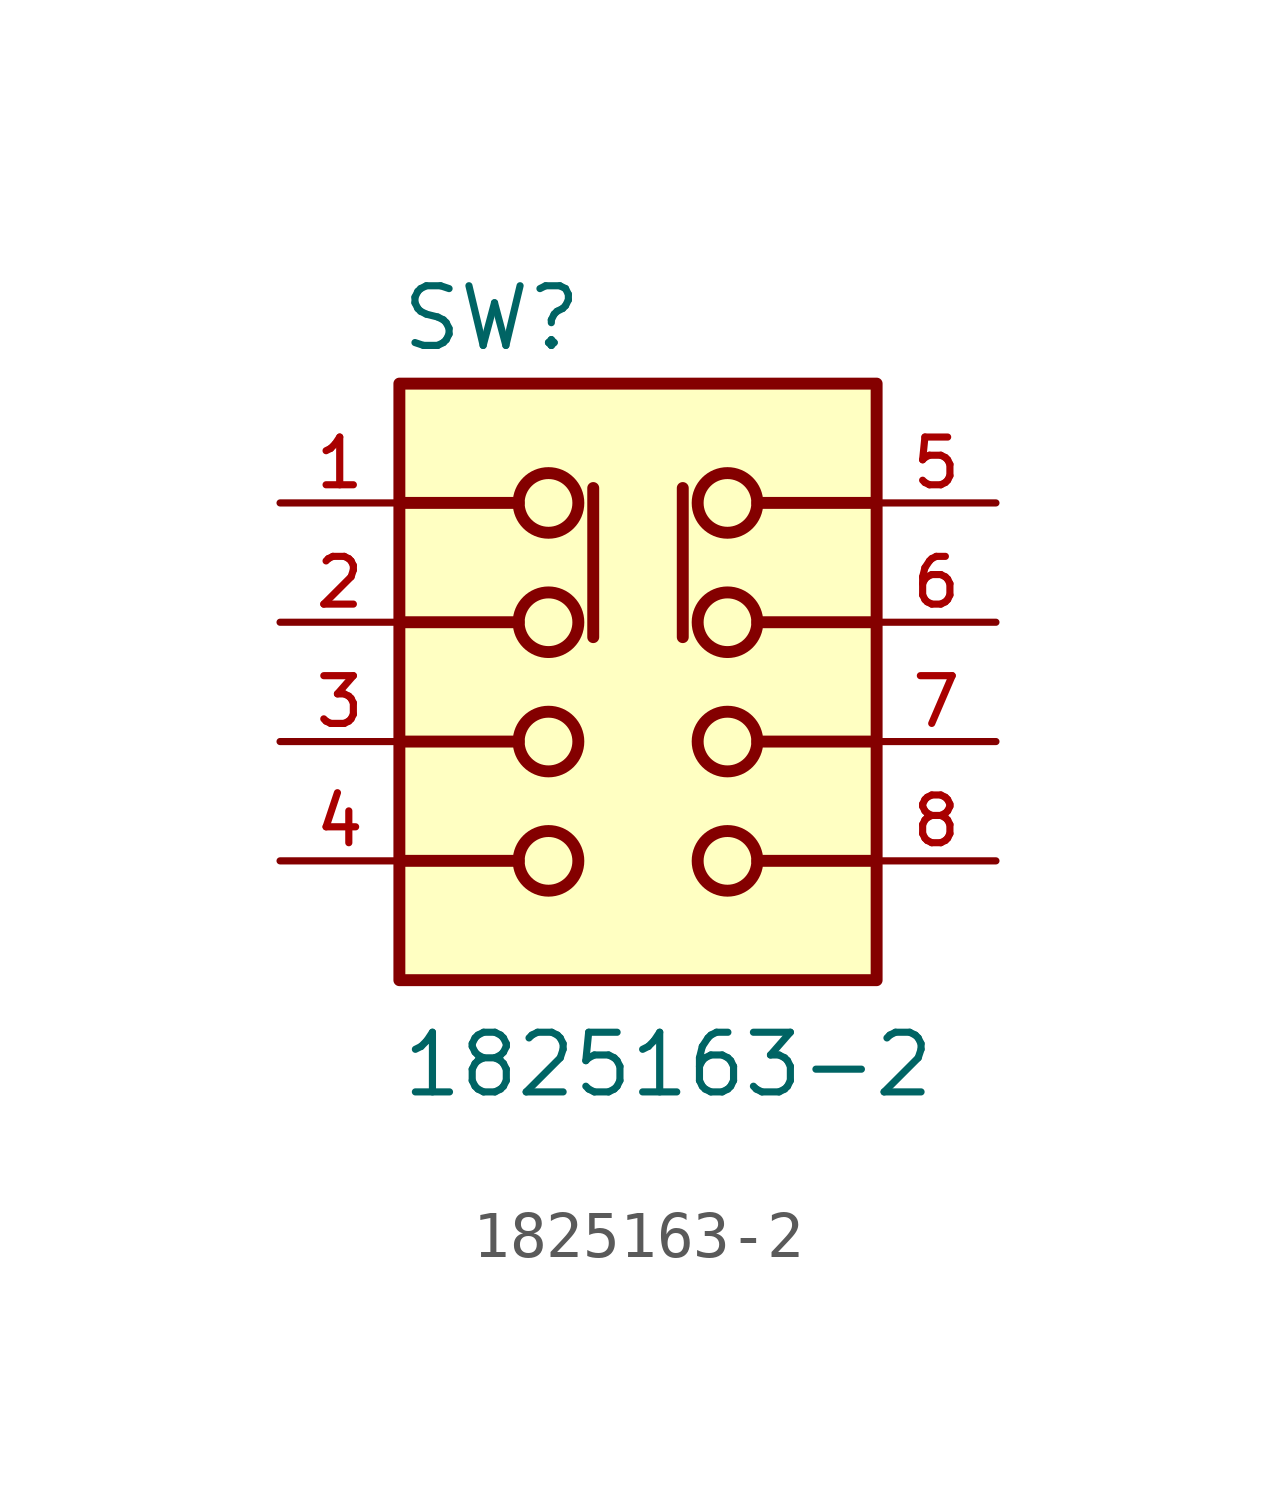
<source format=kicad_sym>
(kicad_symbol_lib
  (version 20211014)
  (generator kicad_symbol_editor)
  (symbol "1825163-2"
    (pin_names
      (offset 1.016))
    (property "Reference" "SW"
      (at -5.09 8.27 0)
      (effects (font (size 1.27 1.27)) (justify bottom left)))
    (property "Value" "1825163-2"
      (at -5.081 -7.622 0)
      (effects (font (size 1.27 1.27)) (justify bottom left)))
    (symbol "1825163-2_0_0"
      (circle (center -1.905 5.08) (radius 0.635) (stroke (width 0.254)) (fill (type none)))
      (circle (center -1.905 2.54) (radius 0.635) (stroke (width 0.254)) (fill (type none)))
      (circle (center -1.905 0.0) (radius 0.635) (stroke (width 0.254)) (fill (type none)))
      (circle (center -1.905 -2.54) (radius 0.635) (stroke (width 0.254)) (fill (type none)))
      (circle (center 1.905 5.08) (radius 0.635) (stroke (width 0.254)) (fill (type none)))
      (circle (center 1.905 2.54) (radius 0.635) (stroke (width 0.254)) (fill (type none)))
      (circle (center 1.905 0.0) (radius 0.635) (stroke (width 0.254)) (fill (type none)))
      (circle (center 1.905 -2.54) (radius 0.635) (stroke (width 0.254)) (fill (type none)))
      (polyline (pts (xy -0.953 5.397) (xy -0.953 2.223)) (stroke (width 0.254)))
      (polyline (pts (xy 0.953 5.397) (xy 0.953 2.223)) (stroke (width 0.254)))
      (polyline (pts (xy -5.08 5.08) (xy -2.54 5.08)) (stroke (width 0.254)))
      (polyline (pts (xy -5.08 2.54) (xy -2.54 2.54)) (stroke (width 0.254)))
      (polyline (pts (xy -5.08 0.0) (xy -2.54 0.0)) (stroke (width 0.254)))
      (polyline (pts (xy -5.08 -2.54) (xy -2.54 -2.54)) (stroke (width 0.254)))
      (polyline (pts (xy 2.54 5.08) (xy 5.08 5.08)) (stroke (width 0.254)))
      (polyline (pts (xy 2.54 2.54) (xy 5.08 2.54)) (stroke (width 0.254)))
      (polyline (pts (xy 2.54 0.0) (xy 5.08 0.0)) (stroke (width 0.254)))
      (polyline (pts (xy 2.54 -2.54) (xy 5.08 -2.54)) (stroke (width 0.254)))
      (rectangle (start -5.08 -5.08) (end 5.08 7.62) (stroke (width 0.254)) (fill (type background)))
      (pin passive line (at -7.62 5.08 0) (length 2.54) (name "~" (effects (font (size 1.016 1.016)))) (number "1" (effects (font (size 1.016 1.016)))))
      (pin passive line (at -7.62 2.54 0) (length 2.54) (name "~" (effects (font (size 1.016 1.016)))) (number "2" (effects (font (size 1.016 1.016)))))
      (pin passive line (at -7.62 0.0 0) (length 2.54) (name "~" (effects (font (size 1.016 1.016)))) (number "3" (effects (font (size 1.016 1.016)))))
      (pin passive line (at -7.62 -2.54 0) (length 2.54) (name "~" (effects (font (size 1.016 1.016)))) (number "4" (effects (font (size 1.016 1.016)))))
      (pin passive line (at 7.62 5.08 180.0) (length 2.54) (name "~" (effects (font (size 1.016 1.016)))) (number "5" (effects (font (size 1.016 1.016)))))
      (pin passive line (at 7.62 2.54 180.0) (length 2.54) (name "~" (effects (font (size 1.016 1.016)))) (number "6" (effects (font (size 1.016 1.016)))))
      (pin passive line (at 7.62 0.0 180.0) (length 2.54) (name "~" (effects (font (size 1.016 1.016)))) (number "7" (effects (font (size 1.016 1.016)))))
      (pin passive line (at 7.62 -2.54 180.0) (length 2.54) (name "~" (effects (font (size 1.016 1.016)))) (number "8" (effects (font (size 1.016 1.016))))))))
</source>
